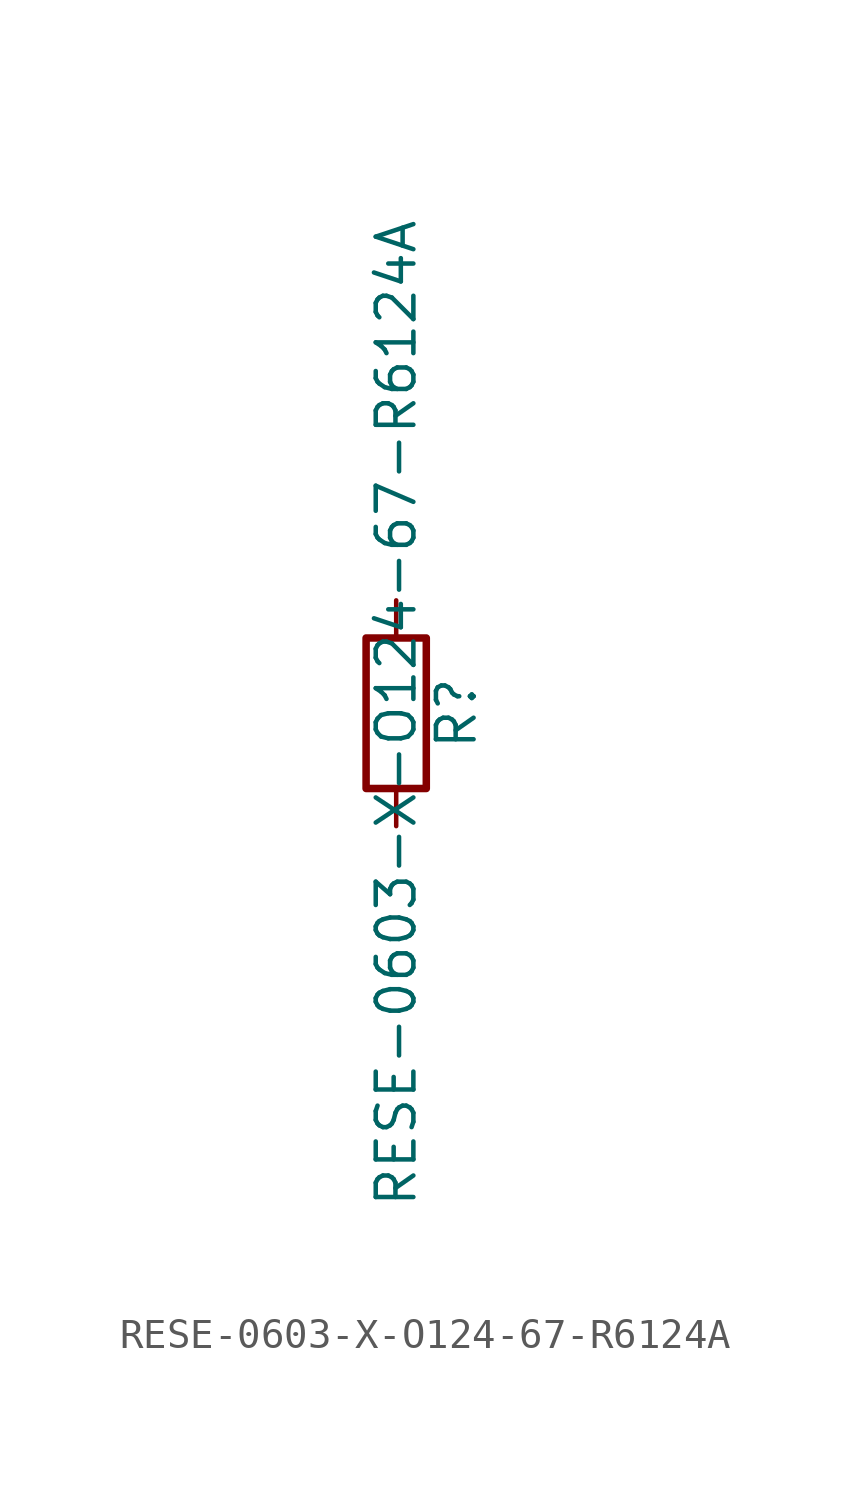
<source format=kicad_sym>
(kicad_symbol_lib
  (version 20211014)
  (generator kicad_symbol_editor)
  (symbol "RESE-0603-X-O124-67-R6124A"
    (pin_numbers hide)
    (pin_names
      (offset 0))
    (property "Reference" "R"
      (at 2.032 0 90)
      (effects (font (size 1.27 1.27))))
    (property "Value" "RESE-0603-X-O124-67-R6124A"
      (at 0 0 90)
      (effects (font (size 1.27 1.27))))
    (symbol "RESE-0603-X-O124-67-R6124A_0_1"
      (rectangle (start -1.016 -2.54) (end 1.016 2.54) (stroke (width 0.254) (type default) (color 0 0 0 0)) (fill (type none))))
    (symbol "RESE-0603-X-O124-67-R6124A_1_1"
      (pin passive line (at 0 3.81 270) (length 1.27) (name "~" (effects (font (size 1.27 1.27)))) (number "1" (effects (font (size 1.27 1.27)))))
      (pin passive line (at 0 -3.81 90) (length 1.27) (name "~" (effects (font (size 1.27 1.27)))) (number "2" (effects (font (size 1.27 1.27))))))))
</source>
